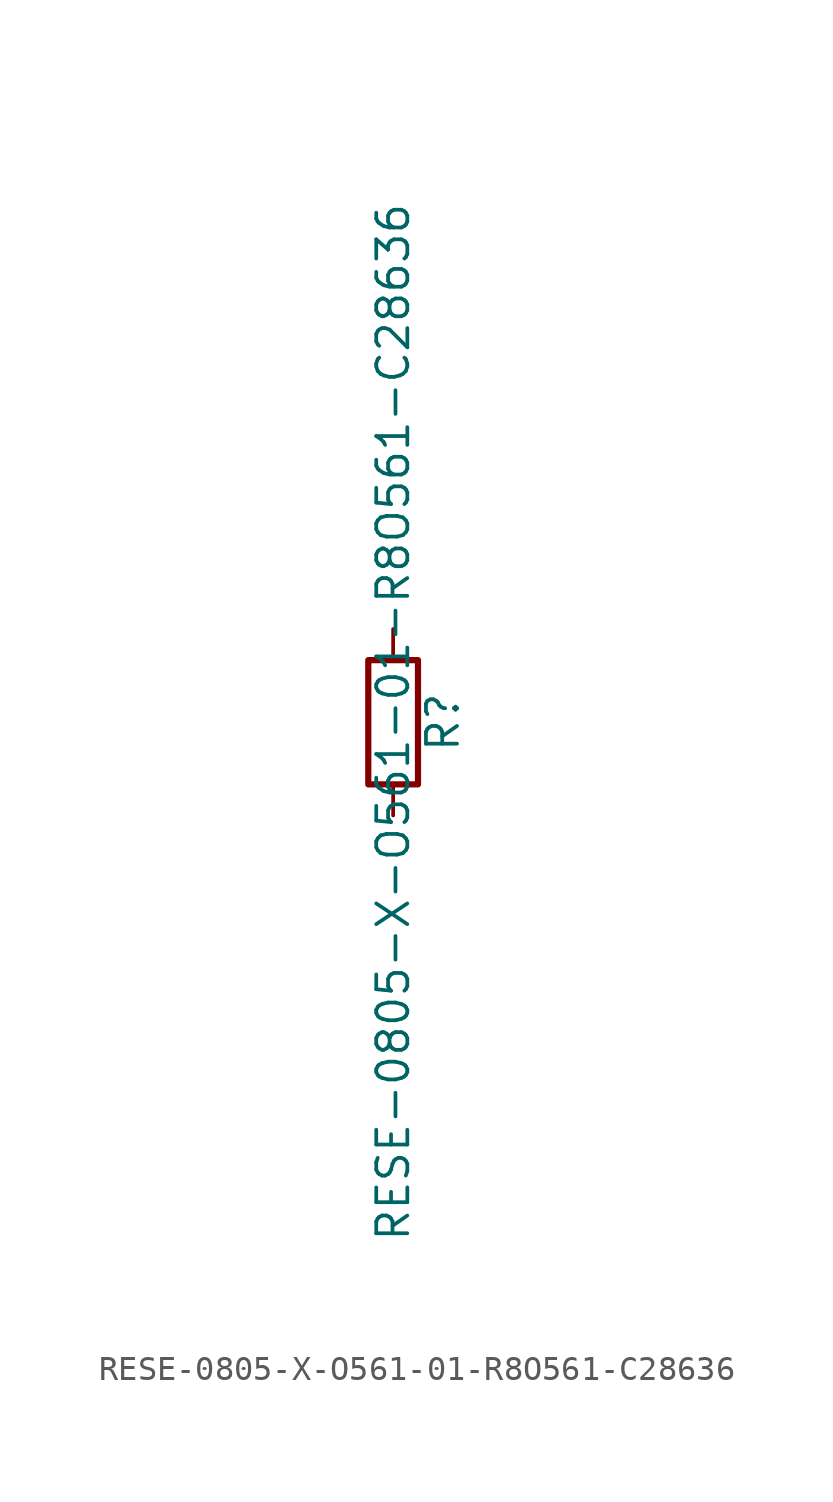
<source format=kicad_sym>
(kicad_symbol_lib
  (version 20211014)
  (generator kicad_symbol_editor)
  (symbol "RESE-0805-X-O561-01-R8O561-C28636"
    (pin_numbers hide)
    (pin_names
      (offset 0))
    (property "Reference" "R"
      (at 2.032 0 90)
      (effects (font (size 1.27 1.27))))
    (property "Value" "RESE-0805-X-O561-01-R8O561-C28636"
      (at 0 0 90)
      (effects (font (size 1.27 1.27))))
    (symbol "RESE-0805-X-O561-01-R8O561-C28636_0_1"
      (rectangle (start -1.016 -2.54) (end 1.016 2.54) (stroke (width 0.254) (type default) (color 0 0 0 0)) (fill (type none))))
    (symbol "RESE-0805-X-O561-01-R8O561-C28636_1_1"
      (pin passive line (at 0 3.81 270) (length 1.27) (name "~" (effects (font (size 1.27 1.27)))) (number "1" (effects (font (size 1.27 1.27)))))
      (pin passive line (at 0 -3.81 90) (length 1.27) (name "~" (effects (font (size 1.27 1.27)))) (number "2" (effects (font (size 1.27 1.27))))))))
</source>
